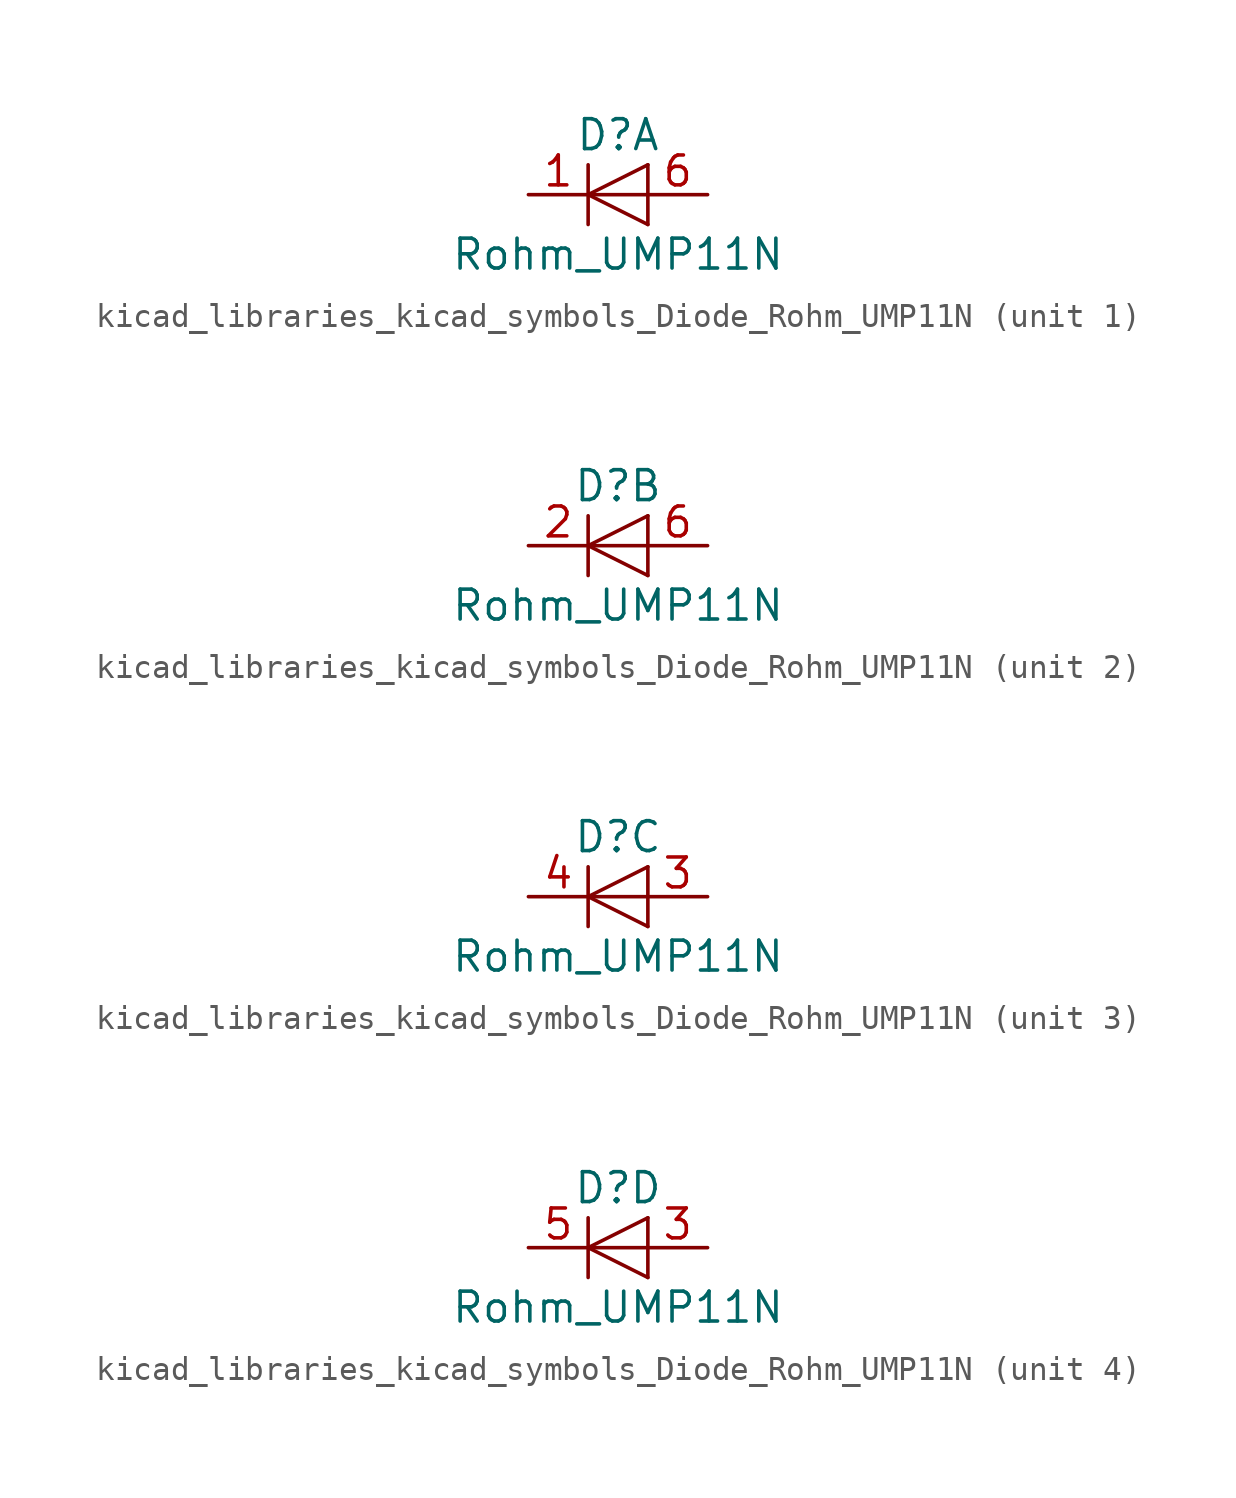
<source format=kicad_sym>
(kicad_symbol_lib
  (version 20220914)
  (generator kicad_symbol_editor)
  (symbol "kicad_libraries_kicad_symbols_Diode_Rohm_UMP11N"
    (pin_names
      (offset 1.016) hide)
    (property "Reference" "D"
      (at 0 2.54 0)
      (effects (font (size 1.27 1.27))))
    (property "Value" "Rohm_UMP11N"
      (at 0 -2.54 0)
      (effects (font (size 1.27 1.27))))
    (symbol "kicad_libraries_kicad_symbols_Diode_Rohm_UMP11N_0_1"
      (polyline (pts (xy -1.27 1.27) (xy -1.27 -1.27)) (stroke (width 0.152) (type default)) (fill (type none)))
      (polyline (pts (xy 1.27 -1.27) (xy 1.27 1.27)) (stroke (width 0) (type default)) (fill (type none)))
      (polyline (pts (xy 1.27 0) (xy -1.27 0)) (stroke (width 0) (type default)) (fill (type none)))
      (polyline (pts (xy 1.27 1.27) (xy -1.27 0) (xy 1.27 -1.27)) (stroke (width 0) (type default)) (fill (type none))))
    (symbol "kicad_libraries_kicad_symbols_Diode_Rohm_UMP11N_1_1"
      (pin passive line (at -3.81 0 0) (length 2.54) (name "K" (effects (font (size 1.27 1.27)))) (number "1" (effects (font (size 1.27 1.27)))))
      (pin passive line (at 3.81 0 180) (length 2.54) (name "A" (effects (font (size 1.27 1.27)))) (number "6" (effects (font (size 1.27 1.27))))))
    (symbol "kicad_libraries_kicad_symbols_Diode_Rohm_UMP11N_2_1"
      (pin passive line (at -3.81 0 0) (length 2.54) (name "K" (effects (font (size 1.27 1.27)))) (number "2" (effects (font (size 1.27 1.27)))))
      (pin passive line (at 3.81 0 180) (length 2.54) (name "A" (effects (font (size 1.27 1.27)))) (number "6" (effects (font (size 1.27 1.27))))))
    (symbol "kicad_libraries_kicad_symbols_Diode_Rohm_UMP11N_3_1"
      (pin passive line (at 3.81 0 180) (length 2.54) (name "A" (effects (font (size 1.27 1.27)))) (number "3" (effects (font (size 1.27 1.27)))))
      (pin passive line (at -3.81 0 0) (length 2.54) (name "K" (effects (font (size 1.27 1.27)))) (number "4" (effects (font (size 1.27 1.27))))))
    (symbol "kicad_libraries_kicad_symbols_Diode_Rohm_UMP11N_4_1"
      (pin passive line (at 3.81 0 180) (length 2.54) (name "A" (effects (font (size 1.27 1.27)))) (number "3" (effects (font (size 1.27 1.27)))))
      (pin passive line (at -3.81 0 0) (length 2.54) (name "K" (effects (font (size 1.27 1.27)))) (number "5" (effects (font (size 1.27 1.27))))))))
</source>
